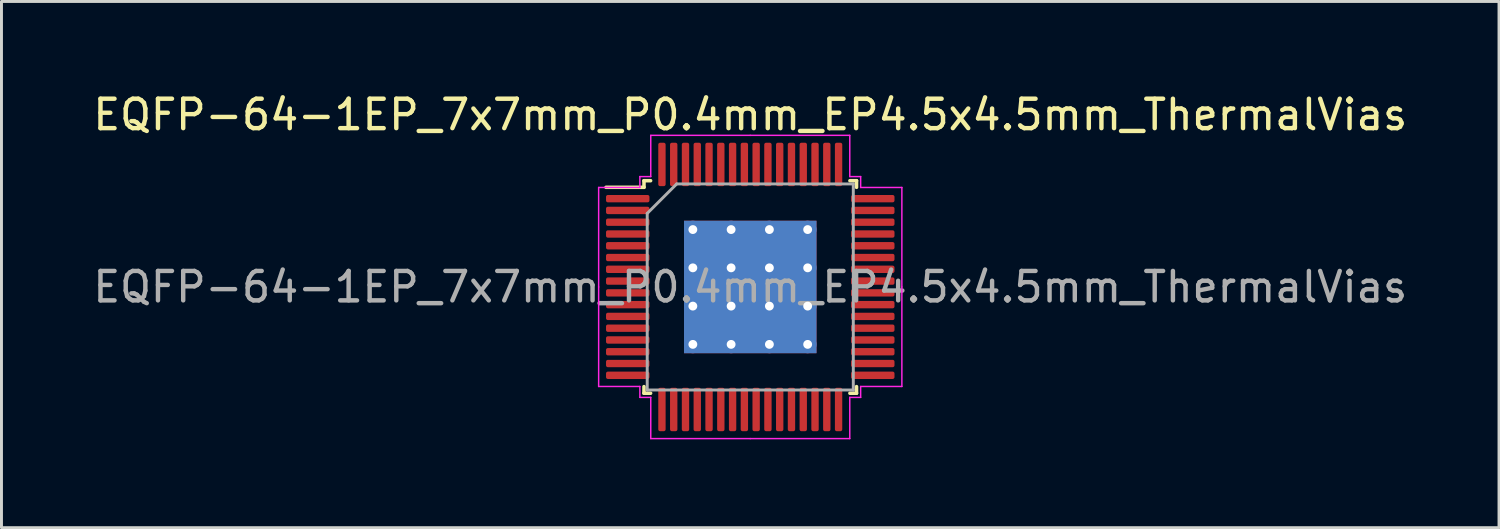
<source format=kicad_pcb>
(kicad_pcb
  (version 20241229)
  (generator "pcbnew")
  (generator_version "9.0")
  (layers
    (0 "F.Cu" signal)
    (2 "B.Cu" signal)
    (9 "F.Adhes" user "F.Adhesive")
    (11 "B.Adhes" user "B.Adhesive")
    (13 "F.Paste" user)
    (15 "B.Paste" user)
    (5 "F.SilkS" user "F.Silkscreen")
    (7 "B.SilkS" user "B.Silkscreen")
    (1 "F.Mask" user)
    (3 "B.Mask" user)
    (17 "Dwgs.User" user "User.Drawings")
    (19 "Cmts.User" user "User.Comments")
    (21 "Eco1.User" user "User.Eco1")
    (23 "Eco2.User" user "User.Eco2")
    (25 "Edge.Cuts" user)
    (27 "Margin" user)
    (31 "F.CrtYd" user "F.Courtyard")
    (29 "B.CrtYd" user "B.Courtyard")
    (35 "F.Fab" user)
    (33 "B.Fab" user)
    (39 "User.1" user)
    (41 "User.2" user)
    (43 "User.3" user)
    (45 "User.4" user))
  (footprint "EQFP-64-1EP_7x7mm_P0.4mm_EP4.5x4.5mm_ThermalVias"
    (layer "F.Cu")
    (at 22.435 6.698)
    (property "Reference" "EQFP-64-1EP_7x7mm_P0.4mm_EP4.5x4.5mm_ThermalVias" (at 0 -5.85 0) (layer "F.SilkS") (effects (font (size 1 1) (thickness 0.15))))
    (attr smd)
    (fp_line (start -3.61 -3.61) (end -3.61 -3.385) (stroke (width 0.12) (type solid)) (layer "F.SilkS"))
    (fp_line (start -3.61 -3.385) (end -4.9 -3.385) (stroke (width 0.12) (type solid)) (layer "F.SilkS"))
    (fp_line (start -3.61 3.61) (end -3.61 3.385) (stroke (width 0.12) (type solid)) (layer "F.SilkS"))
    (fp_line (start -3.385 -3.61) (end -3.61 -3.61) (stroke (width 0.12) (type solid)) (layer "F.SilkS"))
    (fp_line (start -3.385 3.61) (end -3.61 3.61) (stroke (width 0.12) (type solid)) (layer "F.SilkS"))
    (fp_line (start 3.385 -3.61) (end 3.61 -3.61) (stroke (width 0.12) (type solid)) (layer "F.SilkS"))
    (fp_line (start 3.385 3.61) (end 3.61 3.61) (stroke (width 0.12) (type solid)) (layer "F.SilkS"))
    (fp_line (start 3.61 -3.61) (end 3.61 -3.385) (stroke (width 0.12) (type solid)) (layer "F.SilkS"))
    (fp_line (start 3.61 3.61) (end 3.61 3.385) (stroke (width 0.12) (type solid)) (layer "F.SilkS"))
    (fp_line (start -5.15 -3.38) (end -5.15 0) (stroke (width 0.05) (type solid)) (layer "F.CrtYd"))
    (fp_line (start -5.15 3.38) (end -5.15 0) (stroke (width 0.05) (type solid)) (layer "F.CrtYd"))
    (fp_line (start -3.75 -3.75) (end -3.75 -3.38) (stroke (width 0.05) (type solid)) (layer "F.CrtYd"))
    (fp_line (start -3.75 -3.38) (end -5.15 -3.38) (stroke (width 0.05) (type solid)) (layer "F.CrtYd"))
    (fp_line (start -3.75 3.38) (end -5.15 3.38) (stroke (width 0.05) (type solid)) (layer "F.CrtYd"))
    (fp_line (start -3.75 3.75) (end -3.75 3.38) (stroke (width 0.05) (type solid)) (layer "F.CrtYd"))
    (fp_line (start -3.38 -5.15) (end -3.38 -3.75) (stroke (width 0.05) (type solid)) (layer "F.CrtYd"))
    (fp_line (start -3.38 -3.75) (end -3.75 -3.75) (stroke (width 0.05) (type solid)) (layer "F.CrtYd"))
    (fp_line (start -3.38 3.75) (end -3.75 3.75) (stroke (width 0.05) (type solid)) (layer "F.CrtYd"))
    (fp_line (start -3.38 5.15) (end -3.38 3.75) (stroke (width 0.05) (type solid)) (layer "F.CrtYd"))
    (fp_line (start 0 -5.15) (end -3.38 -5.15) (stroke (width 0.05) (type solid)) (layer "F.CrtYd"))
    (fp_line (start 0 -5.15) (end 3.38 -5.15) (stroke (width 0.05) (type solid)) (layer "F.CrtYd"))
    (fp_line (start 0 5.15) (end -3.38 5.15) (stroke (width 0.05) (type solid)) (layer "F.CrtYd"))
    (fp_line (start 0 5.15) (end 3.38 5.15) (stroke (width 0.05) (type solid)) (layer "F.CrtYd"))
    (fp_line (start 3.38 -5.15) (end 3.38 -3.75) (stroke (width 0.05) (type solid)) (layer "F.CrtYd"))
    (fp_line (start 3.38 -3.75) (end 3.75 -3.75) (stroke (width 0.05) (type solid)) (layer "F.CrtYd"))
    (fp_line (start 3.38 3.75) (end 3.75 3.75) (stroke (width 0.05) (type solid)) (layer "F.CrtYd"))
    (fp_line (start 3.38 5.15) (end 3.38 3.75) (stroke (width 0.05) (type solid)) (layer "F.CrtYd"))
    (fp_line (start 3.75 -3.75) (end 3.75 -3.38) (stroke (width 0.05) (type solid)) (layer "F.CrtYd"))
    (fp_line (start 3.75 -3.38) (end 5.15 -3.38) (stroke (width 0.05) (type solid)) (layer "F.CrtYd"))
    (fp_line (start 3.75 3.38) (end 5.15 3.38) (stroke (width 0.05) (type solid)) (layer "F.CrtYd"))
    (fp_line (start 3.75 3.75) (end 3.75 3.38) (stroke (width 0.05) (type solid)) (layer "F.CrtYd"))
    (fp_line (start 5.15 -3.38) (end 5.15 0) (stroke (width 0.05) (type solid)) (layer "F.CrtYd"))
    (fp_line (start 5.15 3.38) (end 5.15 0) (stroke (width 0.05) (type solid)) (layer "F.CrtYd"))
    (fp_line (start -3.5 -2.5) (end -2.5 -3.5) (stroke (width 0.1) (type solid)) (layer "F.Fab"))
    (fp_line (start -3.5 3.5) (end -3.5 -2.5) (stroke (width 0.1) (type solid)) (layer "F.Fab"))
    (fp_line (start -2.5 -3.5) (end 3.5 -3.5) (stroke (width 0.1) (type solid)) (layer "F.Fab"))
    (fp_line (start 3.5 -3.5) (end 3.5 3.5) (stroke (width 0.1) (type solid)) (layer "F.Fab"))
    (fp_line (start 3.5 3.5) (end -3.5 3.5) (stroke (width 0.1) (type solid)) (layer "F.Fab"))
    (fp_text user "${REFERENCE}" (at 0 0 0) (layer "F.Fab") (effects (font (size 1 1) (thickness 0.15))))
    (pad "" smd custom (at -1.3 -1.3) (size 1.023 1.023) (layers "F.Paste") (options (anchor circle)) (primitives (gr_poly (pts (xy 0.419 -0.265) (xy 0.419 0.265) (xy 0.265 0.419) (xy -0.265 0.419) (xy -0.419 0.265) (xy -0.419 -0.265) (xy -0.265 -0.419) (xy 0.265 -0.419)) (width 0.372) (fill yes))))
    (pad "" smd custom (at -1.3 0) (size 1.023 1.023) (layers "F.Paste") (options (anchor circle)) (primitives (gr_poly (pts (xy 0.419 -0.265) (xy 0.419 0.265) (xy 0.265 0.419) (xy -0.265 0.419) (xy -0.419 0.265) (xy -0.419 -0.265) (xy -0.265 -0.419) (xy 0.265 -0.419)) (width 0.372) (fill yes))))
    (pad "" smd custom (at -1.3 1.3) (size 1.023 1.023) (layers "F.Paste") (options (anchor circle)) (primitives (gr_poly (pts (xy 0.419 -0.265) (xy 0.419 0.265) (xy 0.265 0.419) (xy -0.265 0.419) (xy -0.419 0.265) (xy -0.419 -0.265) (xy -0.265 -0.419) (xy 0.265 -0.419)) (width 0.372) (fill yes))))
    (pad "" smd custom (at 0 -1.3) (size 1.023 1.023) (layers "F.Paste") (options (anchor circle)) (primitives (gr_poly (pts (xy 0.419 -0.265) (xy 0.419 0.265) (xy 0.265 0.419) (xy -0.265 0.419) (xy -0.419 0.265) (xy -0.419 -0.265) (xy -0.265 -0.419) (xy 0.265 -0.419)) (width 0.372) (fill yes))))
    (pad "" smd custom (at 0 0) (size 1.023 1.023) (layers "F.Paste") (options (anchor circle)) (primitives (gr_poly (pts (xy 0.419 -0.265) (xy 0.419 0.265) (xy 0.265 0.419) (xy -0.265 0.419) (xy -0.419 0.265) (xy -0.419 -0.265) (xy -0.265 -0.419) (xy 0.265 -0.419)) (width 0.372) (fill yes))))
    (pad "" smd custom (at 0 1.3) (size 1.023 1.023) (layers "F.Paste") (options (anchor circle)) (primitives (gr_poly (pts (xy 0.419 -0.265) (xy 0.419 0.265) (xy 0.265 0.419) (xy -0.265 0.419) (xy -0.419 0.265) (xy -0.419 -0.265) (xy -0.265 -0.419) (xy 0.265 -0.419)) (width 0.372) (fill yes))))
    (pad "" smd custom (at 1.3 -1.3) (size 1.023 1.023) (layers "F.Paste") (options (anchor circle)) (primitives (gr_poly (pts (xy 0.419 -0.265) (xy 0.419 0.265) (xy 0.265 0.419) (xy -0.265 0.419) (xy -0.419 0.265) (xy -0.419 -0.265) (xy -0.265 -0.419) (xy 0.265 -0.419)) (width 0.372) (fill yes))))
    (pad "" smd custom (at 1.3 0) (size 1.023 1.023) (layers "F.Paste") (options (anchor circle)) (primitives (gr_poly (pts (xy 0.419 -0.265) (xy 0.419 0.265) (xy 0.265 0.419) (xy -0.265 0.419) (xy -0.419 0.265) (xy -0.419 -0.265) (xy -0.265 -0.419) (xy 0.265 -0.419)) (width 0.372) (fill yes))))
    (pad "" smd custom (at 1.3 1.3) (size 1.023 1.023) (layers "F.Paste") (options (anchor circle)) (primitives (gr_poly (pts (xy 0.419 -0.265) (xy 0.419 0.265) (xy 0.265 0.419) (xy -0.265 0.419) (xy -0.419 0.265) (xy -0.419 -0.265) (xy -0.265 -0.419) (xy 0.265 -0.419)) (width 0.372) (fill yes))))
    (pad "1" smd roundrect (at -4.162 -3) (size 1.475 0.25) (layers "F.Cu" "F.Mask" "F.Paste") (roundrect_rratio 0.25))
    (pad "2" smd roundrect (at -4.162 -2.6) (size 1.475 0.25) (layers "F.Cu" "F.Mask" "F.Paste") (roundrect_rratio 0.25))
    (pad "3" smd roundrect (at -4.162 -2.2) (size 1.475 0.25) (layers "F.Cu" "F.Mask" "F.Paste") (roundrect_rratio 0.25))
    (pad "4" smd roundrect (at -4.162 -1.8) (size 1.475 0.25) (layers "F.Cu" "F.Mask" "F.Paste") (roundrect_rratio 0.25))
    (pad "5" smd roundrect (at -4.162 -1.4) (size 1.475 0.25) (layers "F.Cu" "F.Mask" "F.Paste") (roundrect_rratio 0.25))
    (pad "6" smd roundrect (at -4.162 -1) (size 1.475 0.25) (layers "F.Cu" "F.Mask" "F.Paste") (roundrect_rratio 0.25))
    (pad "7" smd roundrect (at -4.162 -0.6) (size 1.475 0.25) (layers "F.Cu" "F.Mask" "F.Paste") (roundrect_rratio 0.25))
    (pad "8" smd roundrect (at -4.162 -0.2) (size 1.475 0.25) (layers "F.Cu" "F.Mask" "F.Paste") (roundrect_rratio 0.25))
    (pad "9" smd roundrect (at -4.162 0.2) (size 1.475 0.25) (layers "F.Cu" "F.Mask" "F.Paste") (roundrect_rratio 0.25))
    (pad "10" smd roundrect (at -4.162 0.6) (size 1.475 0.25) (layers "F.Cu" "F.Mask" "F.Paste") (roundrect_rratio 0.25))
    (pad "11" smd roundrect (at -4.162 1) (size 1.475 0.25) (layers "F.Cu" "F.Mask" "F.Paste") (roundrect_rratio 0.25))
    (pad "12" smd roundrect (at -4.162 1.4) (size 1.475 0.25) (layers "F.Cu" "F.Mask" "F.Paste") (roundrect_rratio 0.25))
    (pad "13" smd roundrect (at -4.162 1.8) (size 1.475 0.25) (layers "F.Cu" "F.Mask" "F.Paste") (roundrect_rratio 0.25))
    (pad "14" smd roundrect (at -4.162 2.2) (size 1.475 0.25) (layers "F.Cu" "F.Mask" "F.Paste") (roundrect_rratio 0.25))
    (pad "15" smd roundrect (at -4.162 2.6) (size 1.475 0.25) (layers "F.Cu" "F.Mask" "F.Paste") (roundrect_rratio 0.25))
    (pad "16" smd roundrect (at -4.162 3) (size 1.475 0.25) (layers "F.Cu" "F.Mask" "F.Paste") (roundrect_rratio 0.25))
    (pad "17" smd roundrect (at -3 4.162) (size 0.25 1.475) (layers "F.Cu" "F.Mask" "F.Paste") (roundrect_rratio 0.25))
    (pad "18" smd roundrect (at -2.6 4.162) (size 0.25 1.475) (layers "F.Cu" "F.Mask" "F.Paste") (roundrect_rratio 0.25))
    (pad "19" smd roundrect (at -2.2 4.162) (size 0.25 1.475) (layers "F.Cu" "F.Mask" "F.Paste") (roundrect_rratio 0.25))
    (pad "20" smd roundrect (at -1.8 4.162) (size 0.25 1.475) (layers "F.Cu" "F.Mask" "F.Paste") (roundrect_rratio 0.25))
    (pad "21" smd roundrect (at -1.4 4.162) (size 0.25 1.475) (layers "F.Cu" "F.Mask" "F.Paste") (roundrect_rratio 0.25))
    (pad "22" smd roundrect (at -1 4.162) (size 0.25 1.475) (layers "F.Cu" "F.Mask" "F.Paste") (roundrect_rratio 0.25))
    (pad "23" smd roundrect (at -0.6 4.162) (size 0.25 1.475) (layers "F.Cu" "F.Mask" "F.Paste") (roundrect_rratio 0.25))
    (pad "24" smd roundrect (at -0.2 4.162) (size 0.25 1.475) (layers "F.Cu" "F.Mask" "F.Paste") (roundrect_rratio 0.25))
    (pad "25" smd roundrect (at 0.2 4.162) (size 0.25 1.475) (layers "F.Cu" "F.Mask" "F.Paste") (roundrect_rratio 0.25))
    (pad "26" smd roundrect (at 0.6 4.162) (size 0.25 1.475) (layers "F.Cu" "F.Mask" "F.Paste") (roundrect_rratio 0.25))
    (pad "27" smd roundrect (at 1 4.162) (size 0.25 1.475) (layers "F.Cu" "F.Mask" "F.Paste") (roundrect_rratio 0.25))
    (pad "28" smd roundrect (at 1.4 4.162) (size 0.25 1.475) (layers "F.Cu" "F.Mask" "F.Paste") (roundrect_rratio 0.25))
    (pad "29" smd roundrect (at 1.8 4.162) (size 0.25 1.475) (layers "F.Cu" "F.Mask" "F.Paste") (roundrect_rratio 0.25))
    (pad "30" smd roundrect (at 2.2 4.162) (size 0.25 1.475) (layers "F.Cu" "F.Mask" "F.Paste") (roundrect_rratio 0.25))
    (pad "31" smd roundrect (at 2.6 4.162) (size 0.25 1.475) (layers "F.Cu" "F.Mask" "F.Paste") (roundrect_rratio 0.25))
    (pad "32" smd roundrect (at 3 4.162) (size 0.25 1.475) (layers "F.Cu" "F.Mask" "F.Paste") (roundrect_rratio 0.25))
    (pad "33" smd roundrect (at 4.162 3) (size 1.475 0.25) (layers "F.Cu" "F.Mask" "F.Paste") (roundrect_rratio 0.25))
    (pad "34" smd roundrect (at 4.162 2.6) (size 1.475 0.25) (layers "F.Cu" "F.Mask" "F.Paste") (roundrect_rratio 0.25))
    (pad "35" smd roundrect (at 4.162 2.2) (size 1.475 0.25) (layers "F.Cu" "F.Mask" "F.Paste") (roundrect_rratio 0.25))
    (pad "36" smd roundrect (at 4.162 1.8) (size 1.475 0.25) (layers "F.Cu" "F.Mask" "F.Paste") (roundrect_rratio 0.25))
    (pad "37" smd roundrect (at 4.162 1.4) (size 1.475 0.25) (layers "F.Cu" "F.Mask" "F.Paste") (roundrect_rratio 0.25))
    (pad "38" smd roundrect (at 4.162 1) (size 1.475 0.25) (layers "F.Cu" "F.Mask" "F.Paste") (roundrect_rratio 0.25))
    (pad "39" smd roundrect (at 4.162 0.6) (size 1.475 0.25) (layers "F.Cu" "F.Mask" "F.Paste") (roundrect_rratio 0.25))
    (pad "40" smd roundrect (at 4.162 0.2) (size 1.475 0.25) (layers "F.Cu" "F.Mask" "F.Paste") (roundrect_rratio 0.25))
    (pad "41" smd roundrect (at 4.162 -0.2) (size 1.475 0.25) (layers "F.Cu" "F.Mask" "F.Paste") (roundrect_rratio 0.25))
    (pad "42" smd roundrect (at 4.162 -0.6) (size 1.475 0.25) (layers "F.Cu" "F.Mask" "F.Paste") (roundrect_rratio 0.25))
    (pad "43" smd roundrect (at 4.162 -1) (size 1.475 0.25) (layers "F.Cu" "F.Mask" "F.Paste") (roundrect_rratio 0.25))
    (pad "44" smd roundrect (at 4.162 -1.4) (size 1.475 0.25) (layers "F.Cu" "F.Mask" "F.Paste") (roundrect_rratio 0.25))
    (pad "45" smd roundrect (at 4.162 -1.8) (size 1.475 0.25) (layers "F.Cu" "F.Mask" "F.Paste") (roundrect_rratio 0.25))
    (pad "46" smd roundrect (at 4.162 -2.2) (size 1.475 0.25) (layers "F.Cu" "F.Mask" "F.Paste") (roundrect_rratio 0.25))
    (pad "47" smd roundrect (at 4.162 -2.6) (size 1.475 0.25) (layers "F.Cu" "F.Mask" "F.Paste") (roundrect_rratio 0.25))
    (pad "48" smd roundrect (at 4.162 -3) (size 1.475 0.25) (layers "F.Cu" "F.Mask" "F.Paste") (roundrect_rratio 0.25))
    (pad "49" smd roundrect (at 3 -4.162) (size 0.25 1.475) (layers "F.Cu" "F.Mask" "F.Paste") (roundrect_rratio 0.25))
    (pad "50" smd roundrect (at 2.6 -4.162) (size 0.25 1.475) (layers "F.Cu" "F.Mask" "F.Paste") (roundrect_rratio 0.25))
    (pad "51" smd roundrect (at 2.2 -4.162) (size 0.25 1.475) (layers "F.Cu" "F.Mask" "F.Paste") (roundrect_rratio 0.25))
    (pad "52" smd roundrect (at 1.8 -4.162) (size 0.25 1.475) (layers "F.Cu" "F.Mask" "F.Paste") (roundrect_rratio 0.25))
    (pad "53" smd roundrect (at 1.4 -4.162) (size 0.25 1.475) (layers "F.Cu" "F.Mask" "F.Paste") (roundrect_rratio 0.25))
    (pad "54" smd roundrect (at 1 -4.162) (size 0.25 1.475) (layers "F.Cu" "F.Mask" "F.Paste") (roundrect_rratio 0.25))
    (pad "55" smd roundrect (at 0.6 -4.162) (size 0.25 1.475) (layers "F.Cu" "F.Mask" "F.Paste") (roundrect_rratio 0.25))
    (pad "56" smd roundrect (at 0.2 -4.162) (size 0.25 1.475) (layers "F.Cu" "F.Mask" "F.Paste") (roundrect_rratio 0.25))
    (pad "57" smd roundrect (at -0.2 -4.162) (size 0.25 1.475) (layers "F.Cu" "F.Mask" "F.Paste") (roundrect_rratio 0.25))
    (pad "58" smd roundrect (at -0.6 -4.162) (size 0.25 1.475) (layers "F.Cu" "F.Mask" "F.Paste") (roundrect_rratio 0.25))
    (pad "59" smd roundrect (at -1 -4.162) (size 0.25 1.475) (layers "F.Cu" "F.Mask" "F.Paste") (roundrect_rratio 0.25))
    (pad "60" smd roundrect (at -1.4 -4.162) (size 0.25 1.475) (layers "F.Cu" "F.Mask" "F.Paste") (roundrect_rratio 0.25))
    (pad "61" smd roundrect (at -1.8 -4.162) (size 0.25 1.475) (layers "F.Cu" "F.Mask" "F.Paste") (roundrect_rratio 0.25))
    (pad "62" smd roundrect (at -2.2 -4.162) (size 0.25 1.475) (layers "F.Cu" "F.Mask" "F.Paste") (roundrect_rratio 0.25))
    (pad "63" smd roundrect (at -2.6 -4.162) (size 0.25 1.475) (layers "F.Cu" "F.Mask" "F.Paste") (roundrect_rratio 0.25))
    (pad "64" smd roundrect (at -3 -4.162) (size 0.25 1.475) (layers "F.Cu" "F.Mask" "F.Paste") (roundrect_rratio 0.25))
    (pad "65" thru_hole circle (at -1.95 -1.95) (size 0.6 0.6) (drill 0.3) (layers "*.Cu"))
    (pad "65" thru_hole circle (at -1.95 -0.65) (size 0.6 0.6) (drill 0.3) (layers "*.Cu"))
    (pad "65" thru_hole circle (at -1.95 0.65) (size 0.6 0.6) (drill 0.3) (layers "*.Cu"))
    (pad "65" thru_hole circle (at -1.95 1.95) (size 0.6 0.6) (drill 0.3) (layers "*.Cu"))
    (pad "65" thru_hole circle (at -0.65 -1.95) (size 0.6 0.6) (drill 0.3) (layers "*.Cu"))
    (pad "65" thru_hole circle (at -0.65 -0.65) (size 0.6 0.6) (drill 0.3) (layers "*.Cu"))
    (pad "65" thru_hole circle (at -0.65 0.65) (size 0.6 0.6) (drill 0.3) (layers "*.Cu"))
    (pad "65" thru_hole circle (at -0.65 1.95) (size 0.6 0.6) (drill 0.3) (layers "*.Cu"))
    (pad "65" smd rect (at 0 0) (size 4.5 4.5) (layers "F.Cu" "F.Mask"))
    (pad "65" smd rect (at 0 0) (size 4.5 4.5) (layers "B.Cu"))
    (pad "65" thru_hole circle (at 0.65 -1.95) (size 0.6 0.6) (drill 0.3) (layers "*.Cu"))
    (pad "65" thru_hole circle (at 0.65 -0.65) (size 0.6 0.6) (drill 0.3) (layers "*.Cu"))
    (pad "65" thru_hole circle (at 0.65 0.65) (size 0.6 0.6) (drill 0.3) (layers "*.Cu"))
    (pad "65" thru_hole circle (at 0.65 1.95) (size 0.6 0.6) (drill 0.3) (layers "*.Cu"))
    (pad "65" thru_hole circle (at 1.95 -1.95) (size 0.6 0.6) (drill 0.3) (layers "*.Cu"))
    (pad "65" thru_hole circle (at 1.95 -0.65) (size 0.6 0.6) (drill 0.3) (layers "*.Cu"))
    (pad "65" thru_hole circle (at 1.95 0.65) (size 0.6 0.6) (drill 0.3) (layers "*.Cu"))
    (pad "65" thru_hole circle (at 1.95 1.95) (size 0.6 0.6) (drill 0.3) (layers "*.Cu")))
  (gr_rect
    (start -3 -3)
    (end 47.869 14.873)
    (stroke (width 0.1) (type default))
    (fill no)
    (layer "Edge.Cuts")))
</source>
